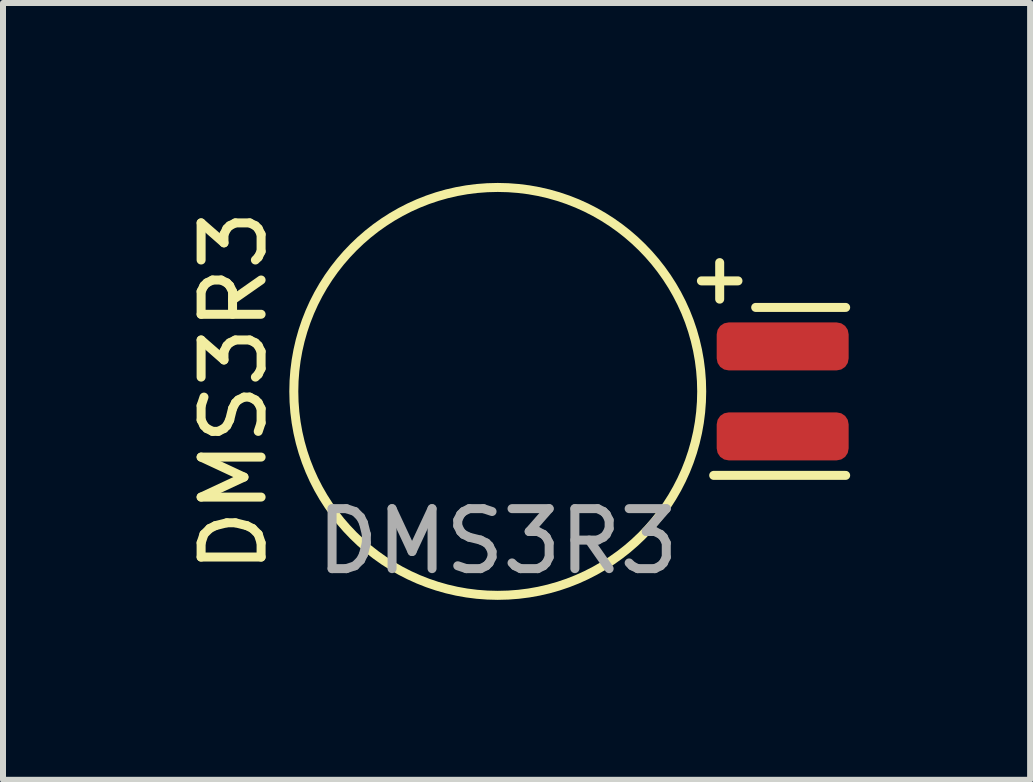
<source format=kicad_pcb>
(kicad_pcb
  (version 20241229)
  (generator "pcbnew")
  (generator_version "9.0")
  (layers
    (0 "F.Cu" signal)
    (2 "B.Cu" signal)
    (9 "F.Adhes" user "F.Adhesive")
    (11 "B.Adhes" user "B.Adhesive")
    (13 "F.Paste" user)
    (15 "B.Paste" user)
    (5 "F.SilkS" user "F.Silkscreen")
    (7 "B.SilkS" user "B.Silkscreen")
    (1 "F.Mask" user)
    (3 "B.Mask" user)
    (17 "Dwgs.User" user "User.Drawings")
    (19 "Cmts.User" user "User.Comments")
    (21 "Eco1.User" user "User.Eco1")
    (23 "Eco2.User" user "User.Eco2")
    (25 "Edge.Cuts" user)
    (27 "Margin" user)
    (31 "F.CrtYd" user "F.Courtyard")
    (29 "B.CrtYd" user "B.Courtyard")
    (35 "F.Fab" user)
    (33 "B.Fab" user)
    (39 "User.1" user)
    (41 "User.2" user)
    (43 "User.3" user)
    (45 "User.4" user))
  (footprint "DMS3R3"
    (layer "F.Cu")
    (at 5.248 3.475)
    (property "Reference" "DMS3R3" (at -4.4 0 90) (unlocked yes) (layer "F.SilkS") (effects (font (size 1 1) (thickness 0.15))))
    (attr smd)
    (fp_line (start 3.6 1.4) (end 5.8 1.4) (stroke (width 0.15) (type default)) (layer "F.SilkS"))
    (fp_line (start 4.3 -1.4) (end 5.8 -1.4) (stroke (width 0.15) (type default)) (layer "F.SilkS"))
    (fp_circle (center 0 0) (end 3.4 0) (stroke (width 0.15) (type default)) (fill no) (layer "F.SilkS"))
    (fp_text user "+" (at 3.7 -1.9 0) (unlocked yes) (layer "F.SilkS") (effects (font (size 0.8 0.8) (thickness 0.15))))
    (fp_text user "${REFERENCE}" (at 0 2.5 0) (unlocked yes) (layer "F.Fab") (effects (font (size 1 1) (thickness 0.15))))
    (pad "1" smd roundrect (at 4.75 -0.75) (size 2.2 0.8) (layers "F.Cu" "F.Mask" "F.Paste") (roundrect_rratio 0.25))
    (pad "2" smd roundrect (at 4.75 0.75) (size 2.2 0.8) (layers "F.Cu" "F.Mask" "F.Paste") (roundrect_rratio 0.25)))
  (gr_rect
    (start -3 -3)
    (end 14.123 9.95)
    (stroke (width 0.1) (type default))
    (fill no)
    (layer "Edge.Cuts")))
</source>
